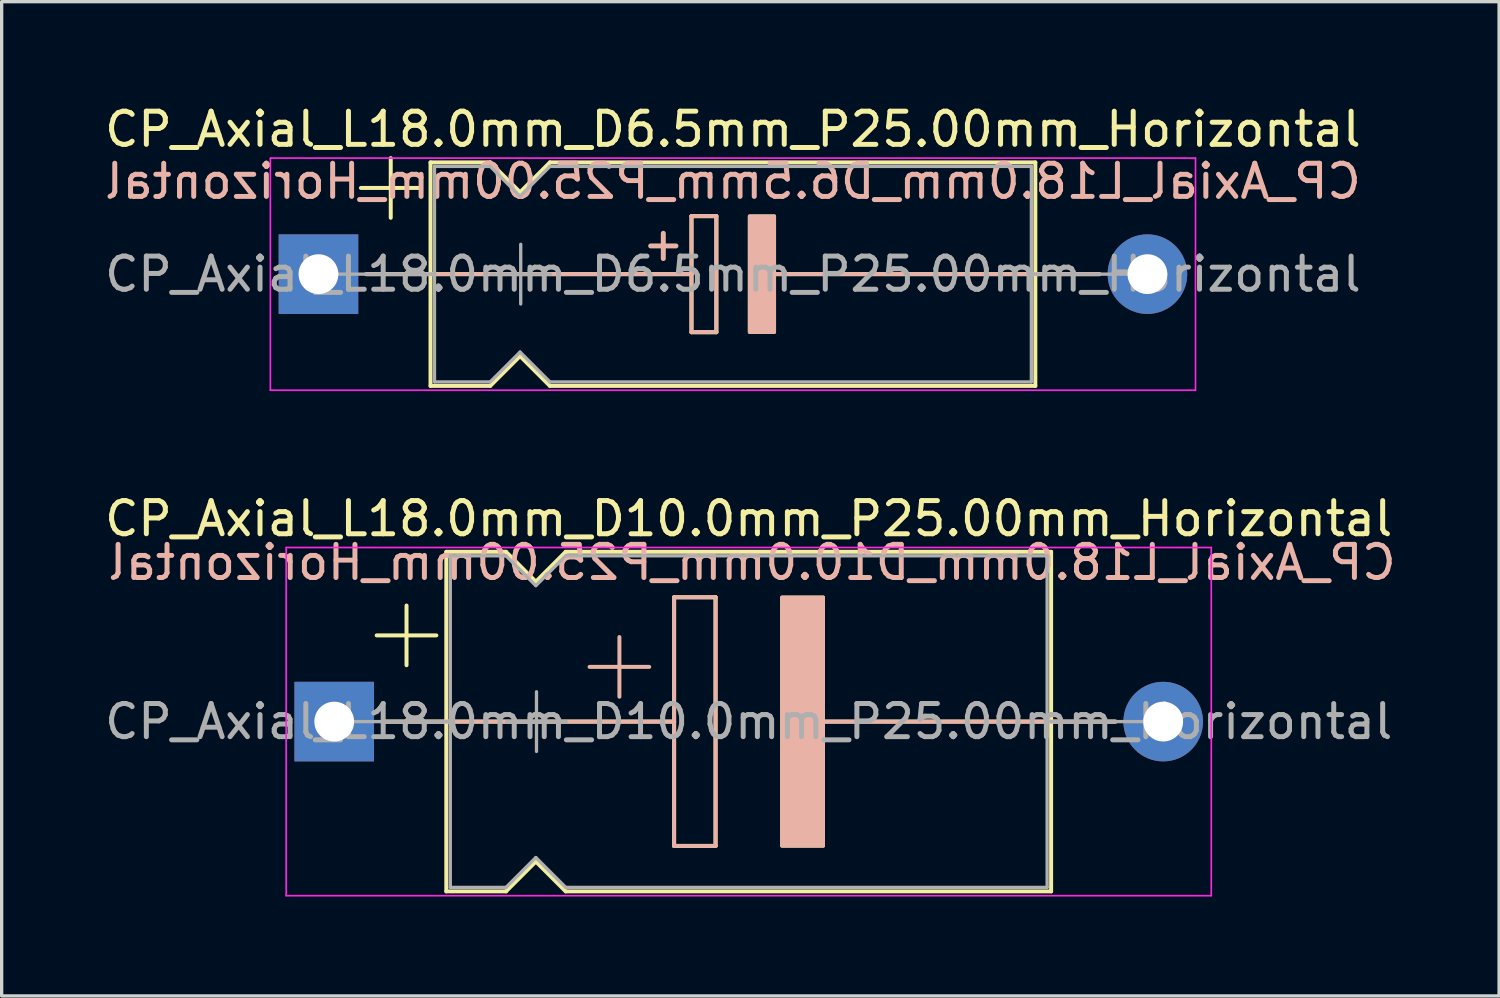
<source format=kicad_pcb>
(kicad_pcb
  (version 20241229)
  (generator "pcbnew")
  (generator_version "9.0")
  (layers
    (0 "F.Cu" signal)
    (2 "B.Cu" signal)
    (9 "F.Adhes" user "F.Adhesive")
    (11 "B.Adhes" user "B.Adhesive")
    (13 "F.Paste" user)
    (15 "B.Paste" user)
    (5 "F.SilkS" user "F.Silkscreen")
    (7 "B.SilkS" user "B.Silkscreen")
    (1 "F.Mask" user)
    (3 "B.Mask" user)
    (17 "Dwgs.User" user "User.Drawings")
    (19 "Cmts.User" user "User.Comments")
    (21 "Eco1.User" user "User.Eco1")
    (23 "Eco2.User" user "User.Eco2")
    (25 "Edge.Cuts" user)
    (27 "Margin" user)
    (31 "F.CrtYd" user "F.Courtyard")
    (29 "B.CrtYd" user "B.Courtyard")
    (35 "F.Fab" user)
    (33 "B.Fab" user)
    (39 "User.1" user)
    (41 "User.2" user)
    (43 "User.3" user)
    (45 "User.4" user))
  (footprint "CP_Axial_L18.0mm_D6.5mm_P25.00mm_Horizontal"
    (layer "F.Cu")
    (at 6.554 5.218)
    (property "Reference" "CP_Axial_L18.0mm_D6.5mm_P25.00mm_Horizontal" (at 12.5 -4.37 0) (layer "F.SilkS") (effects (font (size 1 1) (thickness 0.15))))
    (fp_line (start 1.28 -2.6) (end 3.08 -2.6) (stroke (width 0.12) (type solid)) (layer "F.SilkS"))
    (fp_line (start 1.44 0) (end 3.38 0) (stroke (width 0.12) (type solid)) (layer "F.SilkS"))
    (fp_line (start 2.18 -3.5) (end 2.18 -1.7) (stroke (width 0.12) (type solid)) (layer "F.SilkS"))
    (fp_line (start 3.38 -3.37) (end 3.38 3.37) (stroke (width 0.12) (type solid)) (layer "F.SilkS"))
    (fp_line (start 3.38 -3.37) (end 5.18 -3.37) (stroke (width 0.12) (type solid)) (layer "F.SilkS"))
    (fp_line (start 3.38 0) (end 11.25 0) (stroke (width 0.12) (type solid)) (layer "F.SilkS"))
    (fp_line (start 3.38 3.37) (end 5.18 3.37) (stroke (width 0.12) (type solid)) (layer "F.SilkS"))
    (fp_line (start 5.18 -3.37) (end 6.08 -2.47) (stroke (width 0.12) (type solid)) (layer "F.SilkS"))
    (fp_line (start 5.18 3.37) (end 6.08 2.47) (stroke (width 0.12) (type solid)) (layer "F.SilkS"))
    (fp_line (start 6.08 -2.47) (end 6.98 -3.37) (stroke (width 0.12) (type solid)) (layer "F.SilkS"))
    (fp_line (start 6.08 2.47) (end 6.98 3.37) (stroke (width 0.12) (type solid)) (layer "F.SilkS"))
    (fp_line (start 6.98 -3.37) (end 21.62 -3.37) (stroke (width 0.12) (type solid)) (layer "F.SilkS"))
    (fp_line (start 6.98 3.37) (end 21.62 3.37) (stroke (width 0.12) (type solid)) (layer "F.SilkS"))
    (fp_line (start 11.25 -1.75) (end 11.25 1.75) (stroke (width 0.12) (type solid)) (layer "F.SilkS"))
    (fp_line (start 11.25 -1.75) (end 12 -1.75) (stroke (width 0.12) (type solid)) (layer "F.SilkS"))
    (fp_line (start 12 -1.75) (end 12 1.75) (stroke (width 0.12) (type solid)) (layer "F.SilkS"))
    (fp_line (start 12 1.75) (end 11.25 1.75) (stroke (width 0.12) (type solid)) (layer "F.SilkS"))
    (fp_line (start 13.75 0) (end 21.62 0) (stroke (width 0.12) (type solid)) (layer "F.SilkS"))
    (fp_line (start 21.62 -3.37) (end 21.62 3.37) (stroke (width 0.12) (type solid)) (layer "F.SilkS"))
    (fp_line (start 23.56 0) (end 21.62 0) (stroke (width 0.12) (type solid)) (layer "F.SilkS"))
    (fp_poly (pts (xy 13.75 1.75) (xy 13 1.75) (xy 13 -1.75) (xy 13.75 -1.75)) (stroke (width 0.1) (type solid)) (fill yes) (layer "F.SilkS"))
    (fp_line (start 1.45 0) (end 7.38 0) (stroke (width 0.12) (type solid)) (layer "B.SilkS"))
    (fp_line (start 7.38 0) (end 11.25 0) (stroke (width 0.12) (type solid)) (layer "B.SilkS"))
    (fp_line (start 11.25 -1.75) (end 11.25 1.75) (stroke (width 0.12) (type solid)) (layer "B.SilkS"))
    (fp_line (start 11.25 -1.75) (end 12 -1.75) (stroke (width 0.12) (type solid)) (layer "B.SilkS"))
    (fp_line (start 12 -1.75) (end 12 1.75) (stroke (width 0.12) (type solid)) (layer "B.SilkS"))
    (fp_line (start 12 1.75) (end 11.25 1.75) (stroke (width 0.12) (type solid)) (layer "B.SilkS"))
    (fp_line (start 13.75 0) (end 17.62 0) (stroke (width 0.12) (type solid)) (layer "B.SilkS"))
    (fp_line (start 23.55 0) (end 17.62 0) (stroke (width 0.12) (type solid)) (layer "B.SilkS"))
    (fp_poly (pts (xy 13.75 1.75) (xy 13 1.75) (xy 13 -1.75) (xy 13.75 -1.75)) (stroke (width 0.1) (type solid)) (fill yes) (layer "B.SilkS"))
    (fp_line (start -1.45 -3.5) (end -1.45 3.5) (stroke (width 0.05) (type solid)) (layer "F.CrtYd"))
    (fp_line (start -1.45 3.5) (end 26.45 3.5) (stroke (width 0.05) (type solid)) (layer "F.CrtYd"))
    (fp_line (start 26.45 -3.5) (end -1.45 -3.5) (stroke (width 0.05) (type solid)) (layer "F.CrtYd"))
    (fp_line (start 26.45 3.5) (end 26.45 -3.5) (stroke (width 0.05) (type solid)) (layer "F.CrtYd"))
    (fp_line (start 0 0) (end 3.5 0) (stroke (width 0.1) (type solid)) (layer "F.Fab"))
    (fp_line (start 3.5 -3.25) (end 3.5 3.25) (stroke (width 0.1) (type solid)) (layer "F.Fab"))
    (fp_line (start 3.5 -3.25) (end 5.18 -3.25) (stroke (width 0.1) (type solid)) (layer "F.Fab"))
    (fp_line (start 3.5 3.25) (end 5.18 3.25) (stroke (width 0.1) (type solid)) (layer "F.Fab"))
    (fp_line (start 5.18 -3.25) (end 6.08 -2.35) (stroke (width 0.1) (type solid)) (layer "F.Fab"))
    (fp_line (start 5.18 3.25) (end 6.08 2.35) (stroke (width 0.1) (type solid)) (layer "F.Fab"))
    (fp_line (start 5.2 0) (end 7 0) (stroke (width 0.1) (type solid)) (layer "F.Fab"))
    (fp_line (start 6.08 -2.35) (end 6.98 -3.25) (stroke (width 0.1) (type solid)) (layer "F.Fab"))
    (fp_line (start 6.08 2.35) (end 6.98 3.25) (stroke (width 0.1) (type solid)) (layer "F.Fab"))
    (fp_line (start 6.1 -0.9) (end 6.1 0.9) (stroke (width 0.1) (type solid)) (layer "F.Fab"))
    (fp_line (start 6.98 -3.25) (end 21.5 -3.25) (stroke (width 0.1) (type solid)) (layer "F.Fab"))
    (fp_line (start 6.98 3.25) (end 21.5 3.25) (stroke (width 0.1) (type solid)) (layer "F.Fab"))
    (fp_line (start 21.5 -3.25) (end 21.5 3.25) (stroke (width 0.1) (type solid)) (layer "F.Fab"))
    (fp_line (start 25 0) (end 21.5 0) (stroke (width 0.1) (type solid)) (layer "F.Fab"))
    (fp_text user "+" (at 10.4 -0.925 0) (unlocked yes) (layer "B.SilkS") (effects (font (size 1 1) (thickness 0.15)) (justify mirror)))
    (fp_text user "${REFERENCE}" (at 12.5 -2.8 0) (layer "B.SilkS") (effects (font (size 1 1) (thickness 0.15)) (justify mirror)))
    (fp_text user "${REFERENCE}" (at 12.5 0 0) (layer "F.Fab") (effects (font (size 1 1) (thickness 0.15))))
    (pad "1" thru_hole rect (at 0 0) (size 2.4 2.4) (drill 1.2) (layers "*.Cu" "*.Mask"))
    (pad "2" thru_hole oval (at 25 0) (size 2.4 2.4) (drill 1.2) (layers "*.Cu" "*.Mask")))
  (footprint "CP_Axial_L18.0mm_D10.0mm_P25.00mm_Horizontal"
    (layer "F.Cu")
    (at 7.03 18.712)
    (property "Reference" "CP_Axial_L18.0mm_D10.0mm_P25.00mm_Horizontal" (at 12.5 -6.12 0) (layer "F.SilkS") (effects (font (size 1 1) (thickness 0.15))))
    (fp_line (start 1.28 -2.6) (end 3.08 -2.6) (stroke (width 0.12) (type solid)) (layer "F.SilkS"))
    (fp_line (start 1.44 0) (end 3.38 0) (stroke (width 0.12) (type solid)) (layer "F.SilkS"))
    (fp_line (start 2.18 -3.5) (end 2.18 -1.7) (stroke (width 0.12) (type solid)) (layer "F.SilkS"))
    (fp_line (start 3.38 -5.12) (end 3.38 5.12) (stroke (width 0.12) (type solid)) (layer "F.SilkS"))
    (fp_line (start 3.38 -5.12) (end 5.18 -5.12) (stroke (width 0.12) (type solid)) (layer "F.SilkS"))
    (fp_line (start 3.38 0) (end 10.25 0) (stroke (width 0.12) (type solid)) (layer "F.SilkS"))
    (fp_line (start 3.38 5.12) (end 5.18 5.12) (stroke (width 0.12) (type solid)) (layer "F.SilkS"))
    (fp_line (start 5.18 -5.12) (end 6.08 -4.22) (stroke (width 0.12) (type solid)) (layer "F.SilkS"))
    (fp_line (start 5.18 5.12) (end 6.08 4.22) (stroke (width 0.12) (type solid)) (layer "F.SilkS"))
    (fp_line (start 6.08 -4.22) (end 6.98 -5.12) (stroke (width 0.12) (type solid)) (layer "F.SilkS"))
    (fp_line (start 6.08 4.22) (end 6.98 5.12) (stroke (width 0.12) (type solid)) (layer "F.SilkS"))
    (fp_line (start 6.98 -5.12) (end 21.62 -5.12) (stroke (width 0.12) (type solid)) (layer "F.SilkS"))
    (fp_line (start 6.98 5.12) (end 21.62 5.12) (stroke (width 0.12) (type solid)) (layer "F.SilkS"))
    (fp_line (start 10.25 -3.75) (end 11.5 -3.75) (stroke (width 0.12) (type solid)) (layer "F.SilkS"))
    (fp_line (start 10.25 0) (end 10.25 -3.75) (stroke (width 0.12) (type solid)) (layer "F.SilkS"))
    (fp_line (start 10.25 3.75) (end 10.25 0) (stroke (width 0.12) (type solid)) (layer "F.SilkS"))
    (fp_line (start 11.5 -3.75) (end 11.5 3.75) (stroke (width 0.12) (type solid)) (layer "F.SilkS"))
    (fp_line (start 11.5 3.75) (end 10.25 3.75) (stroke (width 0.12) (type solid)) (layer "F.SilkS"))
    (fp_line (start 14.75 0) (end 21.62 0) (stroke (width 0.12) (type solid)) (layer "F.SilkS"))
    (fp_line (start 21.62 -5.12) (end 21.62 5.12) (stroke (width 0.12) (type solid)) (layer "F.SilkS"))
    (fp_line (start 23.56 0) (end 21.62 0) (stroke (width 0.12) (type solid)) (layer "F.SilkS"))
    (fp_poly (pts (xy 14.75 3.75) (xy 13.5 3.75) (xy 13.5 -3.75) (xy 14.75 -3.75)) (stroke (width 0.1) (type solid)) (fill yes) (layer "F.SilkS"))
    (fp_line (start 1.44 0) (end 3.38 0) (stroke (width 0.12) (type solid)) (layer "B.SilkS"))
    (fp_line (start 3.38 0) (end 10.25 0) (stroke (width 0.12) (type solid)) (layer "B.SilkS"))
    (fp_line (start 8.6 -2.55) (end 8.6 -0.75) (stroke (width 0.12) (type solid)) (layer "B.SilkS"))
    (fp_line (start 9.5 -1.65) (end 7.7 -1.65) (stroke (width 0.12) (type solid)) (layer "B.SilkS"))
    (fp_line (start 10.25 -3.75) (end 11.5 -3.75) (stroke (width 0.12) (type solid)) (layer "B.SilkS"))
    (fp_line (start 10.25 0) (end 10.25 -3.75) (stroke (width 0.12) (type solid)) (layer "B.SilkS"))
    (fp_line (start 10.25 3.75) (end 10.25 0) (stroke (width 0.12) (type solid)) (layer "B.SilkS"))
    (fp_line (start 11.5 -3.75) (end 11.5 3.75) (stroke (width 0.12) (type solid)) (layer "B.SilkS"))
    (fp_line (start 11.5 3.75) (end 10.25 3.75) (stroke (width 0.12) (type solid)) (layer "B.SilkS"))
    (fp_line (start 14.75 0) (end 21.62 0) (stroke (width 0.12) (type solid)) (layer "B.SilkS"))
    (fp_line (start 23.56 0) (end 21.62 0) (stroke (width 0.12) (type solid)) (layer "B.SilkS"))
    (fp_poly (pts (xy 14.75 3.75) (xy 13.5 3.75) (xy 13.5 -3.75) (xy 14.75 -3.75)) (stroke (width 0.1) (type solid)) (fill yes) (layer "B.SilkS"))
    (fp_line (start -1.45 -5.25) (end -1.45 5.25) (stroke (width 0.05) (type solid)) (layer "F.CrtYd"))
    (fp_line (start -1.45 5.25) (end 26.45 5.25) (stroke (width 0.05) (type solid)) (layer "F.CrtYd"))
    (fp_line (start 26.45 -5.25) (end -1.45 -5.25) (stroke (width 0.05) (type solid)) (layer "F.CrtYd"))
    (fp_line (start 26.45 5.25) (end 26.45 -5.25) (stroke (width 0.05) (type solid)) (layer "F.CrtYd"))
    (fp_line (start 0 0) (end 3.5 0) (stroke (width 0.1) (type solid)) (layer "F.Fab"))
    (fp_line (start 3.5 -5) (end 3.5 5) (stroke (width 0.1) (type solid)) (layer "F.Fab"))
    (fp_line (start 3.5 -5) (end 5.18 -5) (stroke (width 0.1) (type solid)) (layer "F.Fab"))
    (fp_line (start 3.5 5) (end 5.18 5) (stroke (width 0.1) (type solid)) (layer "F.Fab"))
    (fp_line (start 5.18 -5) (end 6.08 -4.1) (stroke (width 0.1) (type solid)) (layer "F.Fab"))
    (fp_line (start 5.18 5) (end 6.08 4.1) (stroke (width 0.1) (type solid)) (layer "F.Fab"))
    (fp_line (start 5.2 0) (end 7 0) (stroke (width 0.1) (type solid)) (layer "F.Fab"))
    (fp_line (start 6.08 -4.1) (end 6.98 -5) (stroke (width 0.1) (type solid)) (layer "F.Fab"))
    (fp_line (start 6.08 4.1) (end 6.98 5) (stroke (width 0.1) (type solid)) (layer "F.Fab"))
    (fp_line (start 6.1 -0.9) (end 6.1 0.9) (stroke (width 0.1) (type solid)) (layer "F.Fab"))
    (fp_line (start 6.98 -5) (end 21.5 -5) (stroke (width 0.1) (type solid)) (layer "F.Fab"))
    (fp_line (start 6.98 5) (end 21.5 5) (stroke (width 0.1) (type solid)) (layer "F.Fab"))
    (fp_line (start 21.5 -5) (end 21.5 5) (stroke (width 0.1) (type solid)) (layer "F.Fab"))
    (fp_line (start 25 0) (end 21.5 0) (stroke (width 0.1) (type solid)) (layer "F.Fab"))
    (fp_text user "${REFERENCE}" (at 12.6 -4.8 0) (layer "B.SilkS") (effects (font (size 1 1) (thickness 0.15)) (justify mirror)))
    (fp_text user "${REFERENCE}" (at 12.5 0 0) (layer "F.Fab") (effects (font (size 1 1) (thickness 0.15))))
    (pad "1" thru_hole rect (at 0 0) (size 2.4 2.4) (drill 1.2) (layers "*.Cu" "*.Mask"))
    (pad "2" thru_hole oval (at 25 0) (size 2.4 2.4) (drill 1.2) (layers "*.Cu" "*.Mask")))
  (gr_rect
    (start -3 -3)
    (end 42.16 26.986)
    (stroke (width 0.1) (type default))
    (fill no)
    (layer "Edge.Cuts")))
</source>
